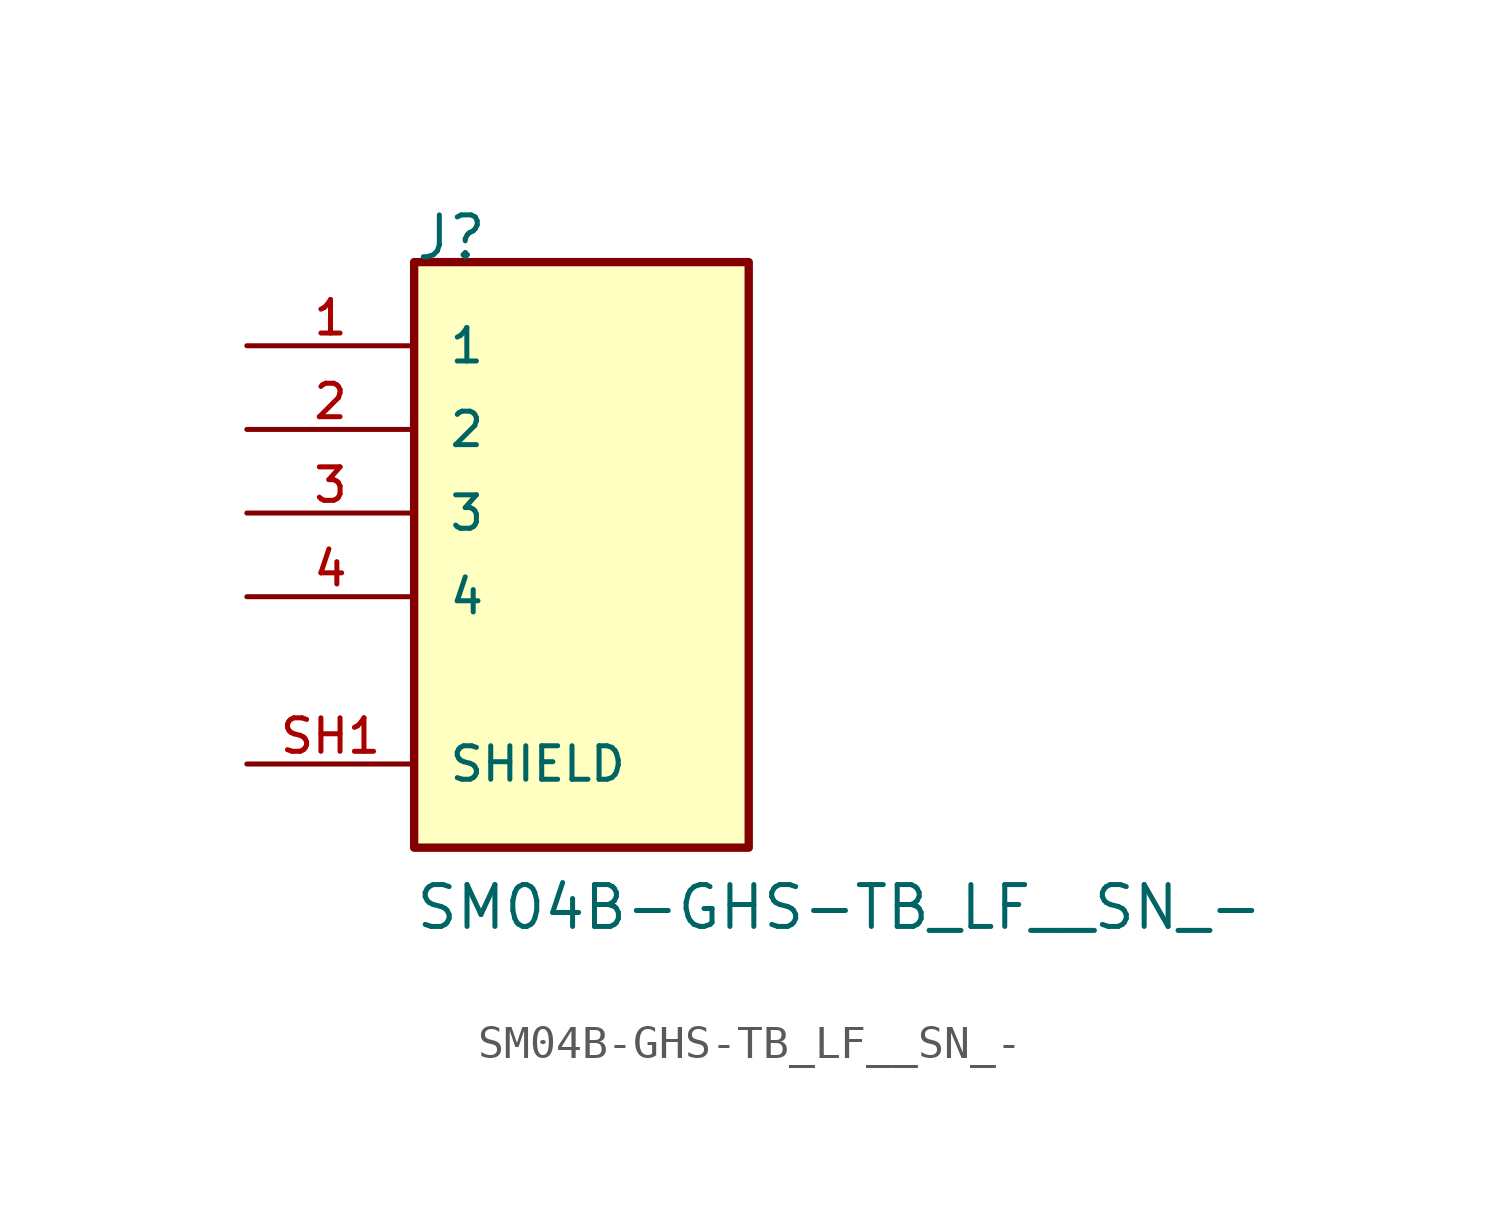
<source format=kicad_sym>
(kicad_symbol_lib
  (version 20211014)
  (generator kicad_symbol_editor)
  (symbol "SM04B-GHS-TB_LF__SN_-"
    (pin_names
      (offset 1.016))
    (property "Reference" "J"
      (at -5.08 7.62 0)
      (effects (font (size 1.27 1.27)) (justify bottom left)))
    (property "Value" "SM04B-GHS-TB_LF__SN_-"
      (at -5.086 -12.715 0)
      (effects (font (size 1.27 1.27)) (justify bottom left)))
    (symbol "SM04B-GHS-TB_LF__SN_-_0_0"
      (rectangle (start -5.08 -10.16) (end 5.08 7.62) (stroke (width 0.254)) (fill (type background)))
      (pin passive line (at -10.16 5.08 0) (length 5.08) (name "1" (effects (font (size 1.016 1.016)))) (number "1" (effects (font (size 1.016 1.016)))))
      (pin passive line (at -10.16 2.54 0) (length 5.08) (name "2" (effects (font (size 1.016 1.016)))) (number "2" (effects (font (size 1.016 1.016)))))
      (pin passive line (at -10.16 0.0 0) (length 5.08) (name "3" (effects (font (size 1.016 1.016)))) (number "3" (effects (font (size 1.016 1.016)))))
      (pin passive line (at -10.16 -2.54 0) (length 5.08) (name "4" (effects (font (size 1.016 1.016)))) (number "4" (effects (font (size 1.016 1.016)))))
      (pin power_in line (at -10.16 -7.62 0) (length 5.08) (name "SHIELD" (effects (font (size 1.016 1.016)))) (number "SH1" (effects (font (size 1.016 1.016)))))
      (pin power_in line (at -10.16 -7.62 0) (length 5.08) hide (name "SHIELD" (effects (font (size 1.016 1.016)))) (number "SH2" (effects (font (size 1.016 1.016))))))))
</source>
